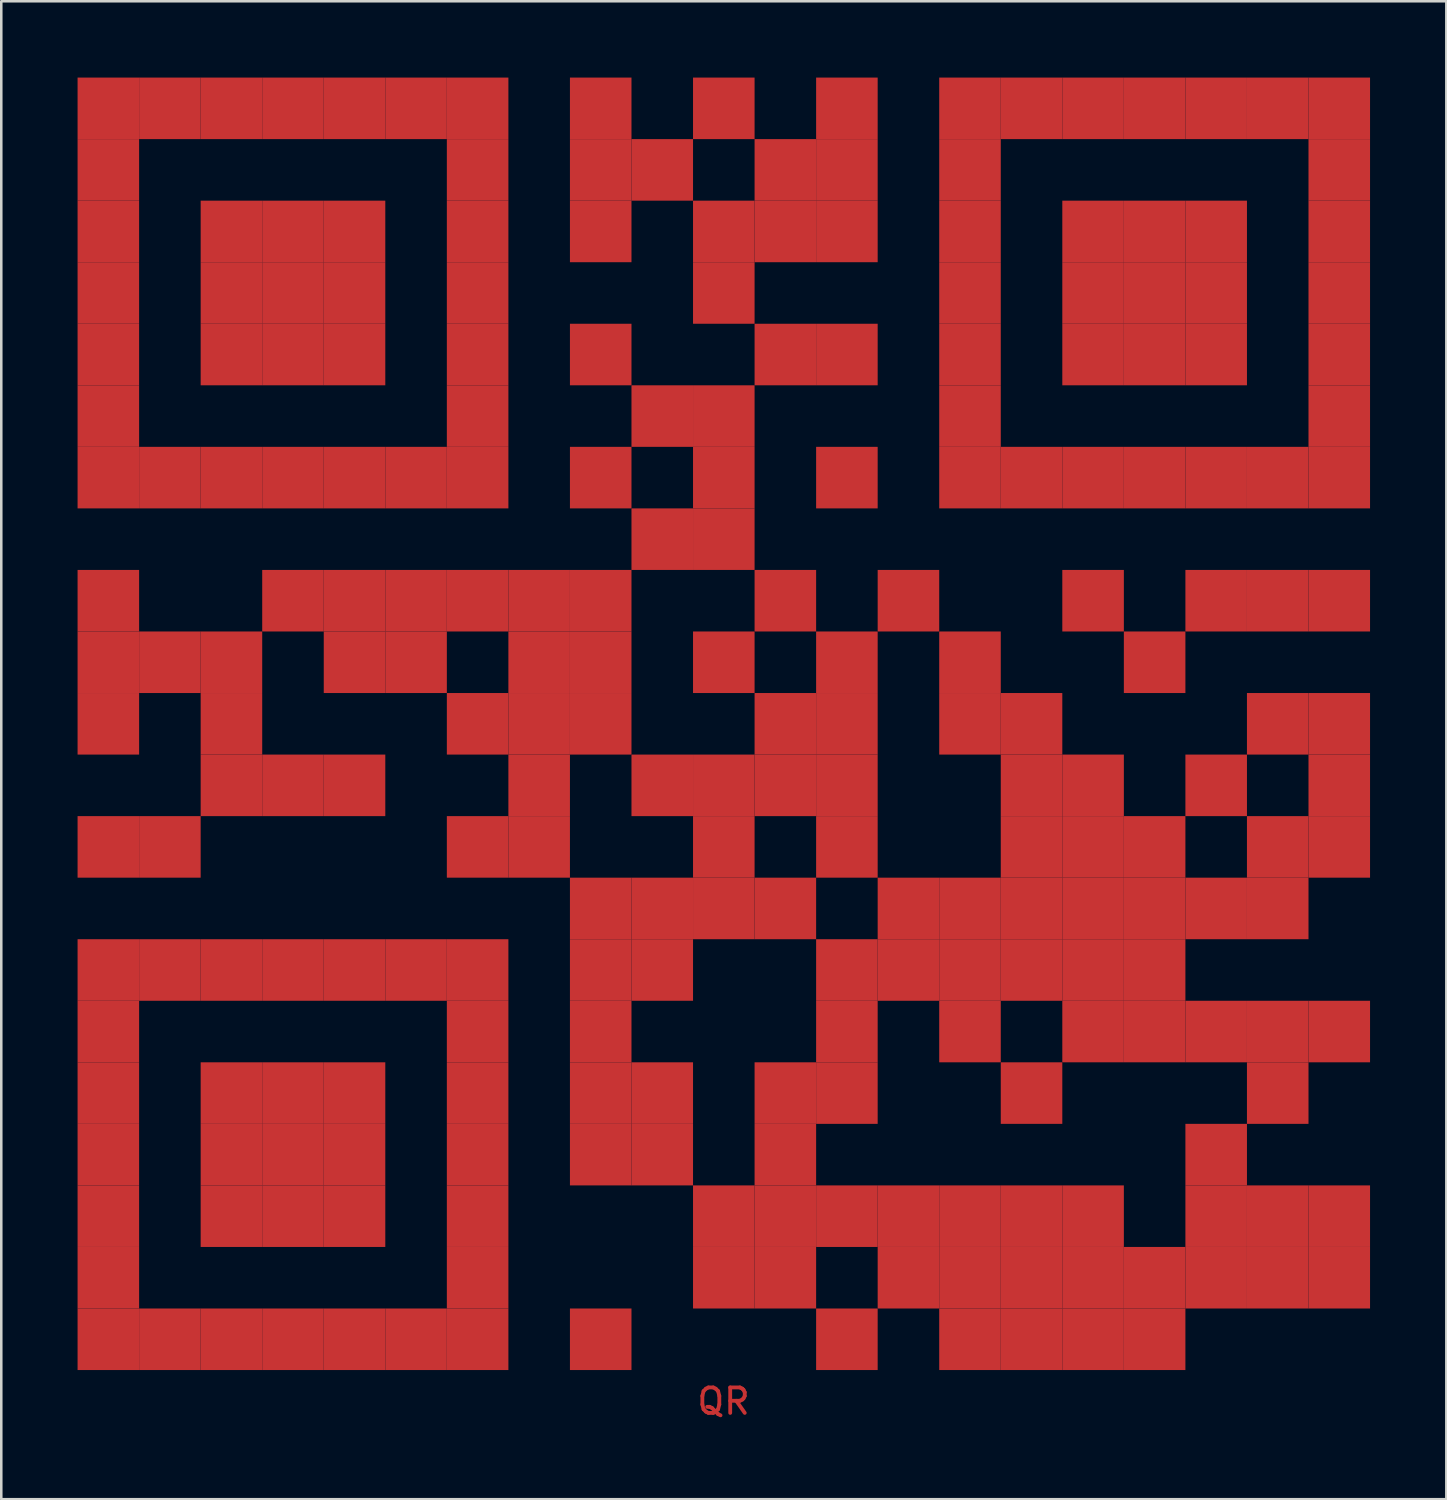
<source format=kicad_pcb>
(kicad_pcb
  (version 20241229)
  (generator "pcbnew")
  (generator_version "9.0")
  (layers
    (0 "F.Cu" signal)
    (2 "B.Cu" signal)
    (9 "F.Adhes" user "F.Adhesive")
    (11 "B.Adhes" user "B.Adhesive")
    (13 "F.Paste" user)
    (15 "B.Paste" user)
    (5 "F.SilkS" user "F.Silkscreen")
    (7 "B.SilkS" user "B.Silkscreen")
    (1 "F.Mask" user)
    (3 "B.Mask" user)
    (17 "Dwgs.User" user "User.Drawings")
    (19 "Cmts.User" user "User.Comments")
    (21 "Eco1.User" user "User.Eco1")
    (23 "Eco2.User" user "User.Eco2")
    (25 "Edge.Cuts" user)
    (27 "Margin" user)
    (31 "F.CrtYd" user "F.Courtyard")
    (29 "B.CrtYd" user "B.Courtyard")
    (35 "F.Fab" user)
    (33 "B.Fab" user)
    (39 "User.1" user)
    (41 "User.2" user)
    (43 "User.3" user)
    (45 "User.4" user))
  (footprint "QR"
    (layer "F.Cu")
    (at 25.4 25.4)
    (property "Reference" "QR" (at 0 26.65 0) (layer "F.Cu") (effects (font (size 1 1) (thickness 0.15))))
    (attr through_hole)
    (fp_poly (pts (xy -25.4 -25.4) (xy -25.4 -22.98) (xy -22.98 -22.98) (xy -22.98 -25.4)) (stroke (width 0) (type solid)) (fill yes) (layer "F.Cu"))
    (fp_poly (pts (xy -25.4 -22.98) (xy -25.4 -20.56) (xy -22.98 -20.56) (xy -22.98 -22.98)) (stroke (width 0) (type solid)) (fill yes) (layer "F.Cu"))
    (fp_poly (pts (xy -25.4 -20.56) (xy -25.4 -18.14) (xy -22.98 -18.14) (xy -22.98 -20.56)) (stroke (width 0) (type solid)) (fill yes) (layer "F.Cu"))
    (fp_poly (pts (xy -25.4 -18.14) (xy -25.4 -15.72) (xy -22.98 -15.72) (xy -22.98 -18.14)) (stroke (width 0) (type solid)) (fill yes) (layer "F.Cu"))
    (fp_poly (pts (xy -25.4 -15.72) (xy -25.4 -13.3) (xy -22.98 -13.3) (xy -22.98 -15.72)) (stroke (width 0) (type solid)) (fill yes) (layer "F.Cu"))
    (fp_poly (pts (xy -25.4 -13.3) (xy -25.4 -10.88) (xy -22.98 -10.88) (xy -22.98 -13.3)) (stroke (width 0) (type solid)) (fill yes) (layer "F.Cu"))
    (fp_poly (pts (xy -25.4 -10.88) (xy -25.4 -8.46) (xy -22.98 -8.46) (xy -22.98 -10.88)) (stroke (width 0) (type solid)) (fill yes) (layer "F.Cu"))
    (fp_poly (pts (xy -25.4 -6.04) (xy -25.4 -3.62) (xy -22.98 -3.62) (xy -22.98 -6.04)) (stroke (width 0) (type solid)) (fill yes) (layer "F.Cu"))
    (fp_poly (pts (xy -25.4 -3.62) (xy -25.4 -1.2) (xy -22.98 -1.2) (xy -22.98 -3.62)) (stroke (width 0) (type solid)) (fill yes) (layer "F.Cu"))
    (fp_poly (pts (xy -25.4 -1.2) (xy -25.4 1.22) (xy -22.98 1.22) (xy -22.98 -1.2)) (stroke (width 0) (type solid)) (fill yes) (layer "F.Cu"))
    (fp_poly (pts (xy -25.4 3.64) (xy -25.4 6.06) (xy -22.98 6.06) (xy -22.98 3.64)) (stroke (width 0) (type solid)) (fill yes) (layer "F.Cu"))
    (fp_poly (pts (xy -25.4 8.48) (xy -25.4 10.9) (xy -22.98 10.9) (xy -22.98 8.48)) (stroke (width 0) (type solid)) (fill yes) (layer "F.Cu"))
    (fp_poly (pts (xy -25.4 10.9) (xy -25.4 13.32) (xy -22.98 13.32) (xy -22.98 10.9)) (stroke (width 0) (type solid)) (fill yes) (layer "F.Cu"))
    (fp_poly (pts (xy -25.4 13.32) (xy -25.4 15.74) (xy -22.98 15.74) (xy -22.98 13.32)) (stroke (width 0) (type solid)) (fill yes) (layer "F.Cu"))
    (fp_poly (pts (xy -25.4 15.74) (xy -25.4 18.16) (xy -22.98 18.16) (xy -22.98 15.74)) (stroke (width 0) (type solid)) (fill yes) (layer "F.Cu"))
    (fp_poly (pts (xy -25.4 18.16) (xy -25.4 20.58) (xy -22.98 20.58) (xy -22.98 18.16)) (stroke (width 0) (type solid)) (fill yes) (layer "F.Cu"))
    (fp_poly (pts (xy -25.4 20.58) (xy -25.4 23) (xy -22.98 23) (xy -22.98 20.58)) (stroke (width 0) (type solid)) (fill yes) (layer "F.Cu"))
    (fp_poly (pts (xy -25.4 23) (xy -25.4 25.42) (xy -22.98 25.42) (xy -22.98 23)) (stroke (width 0) (type solid)) (fill yes) (layer "F.Cu"))
    (fp_poly (pts (xy -22.98 -25.4) (xy -22.98 -22.98) (xy -20.56 -22.98) (xy -20.56 -25.4)) (stroke (width 0) (type solid)) (fill yes) (layer "F.Cu"))
    (fp_poly (pts (xy -22.98 -10.88) (xy -22.98 -8.46) (xy -20.56 -8.46) (xy -20.56 -10.88)) (stroke (width 0) (type solid)) (fill yes) (layer "F.Cu"))
    (fp_poly (pts (xy -22.98 -3.62) (xy -22.98 -1.2) (xy -20.56 -1.2) (xy -20.56 -3.62)) (stroke (width 0) (type solid)) (fill yes) (layer "F.Cu"))
    (fp_poly (pts (xy -22.98 3.64) (xy -22.98 6.06) (xy -20.56 6.06) (xy -20.56 3.64)) (stroke (width 0) (type solid)) (fill yes) (layer "F.Cu"))
    (fp_poly (pts (xy -22.98 8.48) (xy -22.98 10.9) (xy -20.56 10.9) (xy -20.56 8.48)) (stroke (width 0) (type solid)) (fill yes) (layer "F.Cu"))
    (fp_poly (pts (xy -22.98 23) (xy -22.98 25.42) (xy -20.56 25.42) (xy -20.56 23)) (stroke (width 0) (type solid)) (fill yes) (layer "F.Cu"))
    (fp_poly (pts (xy -20.56 -25.4) (xy -20.56 -22.98) (xy -18.14 -22.98) (xy -18.14 -25.4)) (stroke (width 0) (type solid)) (fill yes) (layer "F.Cu"))
    (fp_poly (pts (xy -20.56 -20.56) (xy -20.56 -18.14) (xy -18.14 -18.14) (xy -18.14 -20.56)) (stroke (width 0) (type solid)) (fill yes) (layer "F.Cu"))
    (fp_poly (pts (xy -20.56 -18.14) (xy -20.56 -15.72) (xy -18.14 -15.72) (xy -18.14 -18.14)) (stroke (width 0) (type solid)) (fill yes) (layer "F.Cu"))
    (fp_poly (pts (xy -20.56 -15.72) (xy -20.56 -13.3) (xy -18.14 -13.3) (xy -18.14 -15.72)) (stroke (width 0) (type solid)) (fill yes) (layer "F.Cu"))
    (fp_poly (pts (xy -20.56 -10.88) (xy -20.56 -8.46) (xy -18.14 -8.46) (xy -18.14 -10.88)) (stroke (width 0) (type solid)) (fill yes) (layer "F.Cu"))
    (fp_poly (pts (xy -20.56 -3.62) (xy -20.56 -1.2) (xy -18.14 -1.2) (xy -18.14 -3.62)) (stroke (width 0) (type solid)) (fill yes) (layer "F.Cu"))
    (fp_poly (pts (xy -20.56 -1.2) (xy -20.56 1.22) (xy -18.14 1.22) (xy -18.14 -1.2)) (stroke (width 0) (type solid)) (fill yes) (layer "F.Cu"))
    (fp_poly (pts (xy -20.56 1.22) (xy -20.56 3.64) (xy -18.14 3.64) (xy -18.14 1.22)) (stroke (width 0) (type solid)) (fill yes) (layer "F.Cu"))
    (fp_poly (pts (xy -20.56 8.48) (xy -20.56 10.9) (xy -18.14 10.9) (xy -18.14 8.48)) (stroke (width 0) (type solid)) (fill yes) (layer "F.Cu"))
    (fp_poly (pts (xy -20.56 13.32) (xy -20.56 15.74) (xy -18.14 15.74) (xy -18.14 13.32)) (stroke (width 0) (type solid)) (fill yes) (layer "F.Cu"))
    (fp_poly (pts (xy -20.56 15.74) (xy -20.56 18.16) (xy -18.14 18.16) (xy -18.14 15.74)) (stroke (width 0) (type solid)) (fill yes) (layer "F.Cu"))
    (fp_poly (pts (xy -20.56 18.16) (xy -20.56 20.58) (xy -18.14 20.58) (xy -18.14 18.16)) (stroke (width 0) (type solid)) (fill yes) (layer "F.Cu"))
    (fp_poly (pts (xy -20.56 23) (xy -20.56 25.42) (xy -18.14 25.42) (xy -18.14 23)) (stroke (width 0) (type solid)) (fill yes) (layer "F.Cu"))
    (fp_poly (pts (xy -18.14 -25.4) (xy -18.14 -22.98) (xy -15.72 -22.98) (xy -15.72 -25.4)) (stroke (width 0) (type solid)) (fill yes) (layer "F.Cu"))
    (fp_poly (pts (xy -18.14 -20.56) (xy -18.14 -18.14) (xy -15.72 -18.14) (xy -15.72 -20.56)) (stroke (width 0) (type solid)) (fill yes) (layer "F.Cu"))
    (fp_poly (pts (xy -18.14 -18.14) (xy -18.14 -15.72) (xy -15.72 -15.72) (xy -15.72 -18.14)) (stroke (width 0) (type solid)) (fill yes) (layer "F.Cu"))
    (fp_poly (pts (xy -18.14 -15.72) (xy -18.14 -13.3) (xy -15.72 -13.3) (xy -15.72 -15.72)) (stroke (width 0) (type solid)) (fill yes) (layer "F.Cu"))
    (fp_poly (pts (xy -18.14 -10.88) (xy -18.14 -8.46) (xy -15.72 -8.46) (xy -15.72 -10.88)) (stroke (width 0) (type solid)) (fill yes) (layer "F.Cu"))
    (fp_poly (pts (xy -18.14 -6.04) (xy -18.14 -3.62) (xy -15.72 -3.62) (xy -15.72 -6.04)) (stroke (width 0) (type solid)) (fill yes) (layer "F.Cu"))
    (fp_poly (pts (xy -18.14 1.22) (xy -18.14 3.64) (xy -15.72 3.64) (xy -15.72 1.22)) (stroke (width 0) (type solid)) (fill yes) (layer "F.Cu"))
    (fp_poly (pts (xy -18.14 8.48) (xy -18.14 10.9) (xy -15.72 10.9) (xy -15.72 8.48)) (stroke (width 0) (type solid)) (fill yes) (layer "F.Cu"))
    (fp_poly (pts (xy -18.14 13.32) (xy -18.14 15.74) (xy -15.72 15.74) (xy -15.72 13.32)) (stroke (width 0) (type solid)) (fill yes) (layer "F.Cu"))
    (fp_poly (pts (xy -18.14 15.74) (xy -18.14 18.16) (xy -15.72 18.16) (xy -15.72 15.74)) (stroke (width 0) (type solid)) (fill yes) (layer "F.Cu"))
    (fp_poly (pts (xy -18.14 18.16) (xy -18.14 20.58) (xy -15.72 20.58) (xy -15.72 18.16)) (stroke (width 0) (type solid)) (fill yes) (layer "F.Cu"))
    (fp_poly (pts (xy -18.14 23) (xy -18.14 25.42) (xy -15.72 25.42) (xy -15.72 23)) (stroke (width 0) (type solid)) (fill yes) (layer "F.Cu"))
    (fp_poly (pts (xy -15.72 -25.4) (xy -15.72 -22.98) (xy -13.3 -22.98) (xy -13.3 -25.4)) (stroke (width 0) (type solid)) (fill yes) (layer "F.Cu"))
    (fp_poly (pts (xy -15.72 -20.56) (xy -15.72 -18.14) (xy -13.3 -18.14) (xy -13.3 -20.56)) (stroke (width 0) (type solid)) (fill yes) (layer "F.Cu"))
    (fp_poly (pts (xy -15.72 -18.14) (xy -15.72 -15.72) (xy -13.3 -15.72) (xy -13.3 -18.14)) (stroke (width 0) (type solid)) (fill yes) (layer "F.Cu"))
    (fp_poly (pts (xy -15.72 -15.72) (xy -15.72 -13.3) (xy -13.3 -13.3) (xy -13.3 -15.72)) (stroke (width 0) (type solid)) (fill yes) (layer "F.Cu"))
    (fp_poly (pts (xy -15.72 -10.88) (xy -15.72 -8.46) (xy -13.3 -8.46) (xy -13.3 -10.88)) (stroke (width 0) (type solid)) (fill yes) (layer "F.Cu"))
    (fp_poly (pts (xy -15.72 -6.04) (xy -15.72 -3.62) (xy -13.3 -3.62) (xy -13.3 -6.04)) (stroke (width 0) (type solid)) (fill yes) (layer "F.Cu"))
    (fp_poly (pts (xy -15.72 -3.62) (xy -15.72 -1.2) (xy -13.3 -1.2) (xy -13.3 -3.62)) (stroke (width 0) (type solid)) (fill yes) (layer "F.Cu"))
    (fp_poly (pts (xy -15.72 1.22) (xy -15.72 3.64) (xy -13.3 3.64) (xy -13.3 1.22)) (stroke (width 0) (type solid)) (fill yes) (layer "F.Cu"))
    (fp_poly (pts (xy -15.72 8.48) (xy -15.72 10.9) (xy -13.3 10.9) (xy -13.3 8.48)) (stroke (width 0) (type solid)) (fill yes) (layer "F.Cu"))
    (fp_poly (pts (xy -15.72 13.32) (xy -15.72 15.74) (xy -13.3 15.74) (xy -13.3 13.32)) (stroke (width 0) (type solid)) (fill yes) (layer "F.Cu"))
    (fp_poly (pts (xy -15.72 15.74) (xy -15.72 18.16) (xy -13.3 18.16) (xy -13.3 15.74)) (stroke (width 0) (type solid)) (fill yes) (layer "F.Cu"))
    (fp_poly (pts (xy -15.72 18.16) (xy -15.72 20.58) (xy -13.3 20.58) (xy -13.3 18.16)) (stroke (width 0) (type solid)) (fill yes) (layer "F.Cu"))
    (fp_poly (pts (xy -15.72 23) (xy -15.72 25.42) (xy -13.3 25.42) (xy -13.3 23)) (stroke (width 0) (type solid)) (fill yes) (layer "F.Cu"))
    (fp_poly (pts (xy -13.3 -25.4) (xy -13.3 -22.98) (xy -10.88 -22.98) (xy -10.88 -25.4)) (stroke (width 0) (type solid)) (fill yes) (layer "F.Cu"))
    (fp_poly (pts (xy -13.3 -10.88) (xy -13.3 -8.46) (xy -10.88 -8.46) (xy -10.88 -10.88)) (stroke (width 0) (type solid)) (fill yes) (layer "F.Cu"))
    (fp_poly (pts (xy -13.3 -6.04) (xy -13.3 -3.62) (xy -10.88 -3.62) (xy -10.88 -6.04)) (stroke (width 0) (type solid)) (fill yes) (layer "F.Cu"))
    (fp_poly (pts (xy -13.3 -3.62) (xy -13.3 -1.2) (xy -10.88 -1.2) (xy -10.88 -3.62)) (stroke (width 0) (type solid)) (fill yes) (layer "F.Cu"))
    (fp_poly (pts (xy -13.3 8.48) (xy -13.3 10.9) (xy -10.88 10.9) (xy -10.88 8.48)) (stroke (width 0) (type solid)) (fill yes) (layer "F.Cu"))
    (fp_poly (pts (xy -13.3 23) (xy -13.3 25.42) (xy -10.88 25.42) (xy -10.88 23)) (stroke (width 0) (type solid)) (fill yes) (layer "F.Cu"))
    (fp_poly (pts (xy -10.88 -25.4) (xy -10.88 -22.98) (xy -8.46 -22.98) (xy -8.46 -25.4)) (stroke (width 0) (type solid)) (fill yes) (layer "F.Cu"))
    (fp_poly (pts (xy -10.88 -22.98) (xy -10.88 -20.56) (xy -8.46 -20.56) (xy -8.46 -22.98)) (stroke (width 0) (type solid)) (fill yes) (layer "F.Cu"))
    (fp_poly (pts (xy -10.88 -20.56) (xy -10.88 -18.14) (xy -8.46 -18.14) (xy -8.46 -20.56)) (stroke (width 0) (type solid)) (fill yes) (layer "F.Cu"))
    (fp_poly (pts (xy -10.88 -18.14) (xy -10.88 -15.72) (xy -8.46 -15.72) (xy -8.46 -18.14)) (stroke (width 0) (type solid)) (fill yes) (layer "F.Cu"))
    (fp_poly (pts (xy -10.88 -15.72) (xy -10.88 -13.3) (xy -8.46 -13.3) (xy -8.46 -15.72)) (stroke (width 0) (type solid)) (fill yes) (layer "F.Cu"))
    (fp_poly (pts (xy -10.88 -13.3) (xy -10.88 -10.88) (xy -8.46 -10.88) (xy -8.46 -13.3)) (stroke (width 0) (type solid)) (fill yes) (layer "F.Cu"))
    (fp_poly (pts (xy -10.88 -10.88) (xy -10.88 -8.46) (xy -8.46 -8.46) (xy -8.46 -10.88)) (stroke (width 0) (type solid)) (fill yes) (layer "F.Cu"))
    (fp_poly (pts (xy -10.88 -6.04) (xy -10.88 -3.62) (xy -8.46 -3.62) (xy -8.46 -6.04)) (stroke (width 0) (type solid)) (fill yes) (layer "F.Cu"))
    (fp_poly (pts (xy -10.88 -1.2) (xy -10.88 1.22) (xy -8.46 1.22) (xy -8.46 -1.2)) (stroke (width 0) (type solid)) (fill yes) (layer "F.Cu"))
    (fp_poly (pts (xy -10.88 3.64) (xy -10.88 6.06) (xy -8.46 6.06) (xy -8.46 3.64)) (stroke (width 0) (type solid)) (fill yes) (layer "F.Cu"))
    (fp_poly (pts (xy -10.88 8.48) (xy -10.88 10.9) (xy -8.46 10.9) (xy -8.46 8.48)) (stroke (width 0) (type solid)) (fill yes) (layer "F.Cu"))
    (fp_poly (pts (xy -10.88 10.9) (xy -10.88 13.32) (xy -8.46 13.32) (xy -8.46 10.9)) (stroke (width 0) (type solid)) (fill yes) (layer "F.Cu"))
    (fp_poly (pts (xy -10.88 13.32) (xy -10.88 15.74) (xy -8.46 15.74) (xy -8.46 13.32)) (stroke (width 0) (type solid)) (fill yes) (layer "F.Cu"))
    (fp_poly (pts (xy -10.88 15.74) (xy -10.88 18.16) (xy -8.46 18.16) (xy -8.46 15.74)) (stroke (width 0) (type solid)) (fill yes) (layer "F.Cu"))
    (fp_poly (pts (xy -10.88 18.16) (xy -10.88 20.58) (xy -8.46 20.58) (xy -8.46 18.16)) (stroke (width 0) (type solid)) (fill yes) (layer "F.Cu"))
    (fp_poly (pts (xy -10.88 20.58) (xy -10.88 23) (xy -8.46 23) (xy -8.46 20.58)) (stroke (width 0) (type solid)) (fill yes) (layer "F.Cu"))
    (fp_poly (pts (xy -10.88 23) (xy -10.88 25.42) (xy -8.46 25.42) (xy -8.46 23)) (stroke (width 0) (type solid)) (fill yes) (layer "F.Cu"))
    (fp_poly (pts (xy -8.46 -6.04) (xy -8.46 -3.62) (xy -6.04 -3.62) (xy -6.04 -6.04)) (stroke (width 0) (type solid)) (fill yes) (layer "F.Cu"))
    (fp_poly (pts (xy -8.46 -3.62) (xy -8.46 -1.2) (xy -6.04 -1.2) (xy -6.04 -3.62)) (stroke (width 0) (type solid)) (fill yes) (layer "F.Cu"))
    (fp_poly (pts (xy -8.46 -1.2) (xy -8.46 1.22) (xy -6.04 1.22) (xy -6.04 -1.2)) (stroke (width 0) (type solid)) (fill yes) (layer "F.Cu"))
    (fp_poly (pts (xy -8.46 1.22) (xy -8.46 3.64) (xy -6.04 3.64) (xy -6.04 1.22)) (stroke (width 0) (type solid)) (fill yes) (layer "F.Cu"))
    (fp_poly (pts (xy -8.46 3.64) (xy -8.46 6.06) (xy -6.04 6.06) (xy -6.04 3.64)) (stroke (width 0) (type solid)) (fill yes) (layer "F.Cu"))
    (fp_poly (pts (xy -6.04 -25.4) (xy -6.04 -22.98) (xy -3.62 -22.98) (xy -3.62 -25.4)) (stroke (width 0) (type solid)) (fill yes) (layer "F.Cu"))
    (fp_poly (pts (xy -6.04 -22.98) (xy -6.04 -20.56) (xy -3.62 -20.56) (xy -3.62 -22.98)) (stroke (width 0) (type solid)) (fill yes) (layer "F.Cu"))
    (fp_poly (pts (xy -6.04 -20.56) (xy -6.04 -18.14) (xy -3.62 -18.14) (xy -3.62 -20.56)) (stroke (width 0) (type solid)) (fill yes) (layer "F.Cu"))
    (fp_poly (pts (xy -6.04 -15.72) (xy -6.04 -13.3) (xy -3.62 -13.3) (xy -3.62 -15.72)) (stroke (width 0) (type solid)) (fill yes) (layer "F.Cu"))
    (fp_poly (pts (xy -6.04 -10.88) (xy -6.04 -8.46) (xy -3.62 -8.46) (xy -3.62 -10.88)) (stroke (width 0) (type solid)) (fill yes) (layer "F.Cu"))
    (fp_poly (pts (xy -6.04 -6.04) (xy -6.04 -3.62) (xy -3.62 -3.62) (xy -3.62 -6.04)) (stroke (width 0) (type solid)) (fill yes) (layer "F.Cu"))
    (fp_poly (pts (xy -6.04 -3.62) (xy -6.04 -1.2) (xy -3.62 -1.2) (xy -3.62 -3.62)) (stroke (width 0) (type solid)) (fill yes) (layer "F.Cu"))
    (fp_poly (pts (xy -6.04 -1.2) (xy -6.04 1.22) (xy -3.62 1.22) (xy -3.62 -1.2)) (stroke (width 0) (type solid)) (fill yes) (layer "F.Cu"))
    (fp_poly (pts (xy -6.04 6.06) (xy -6.04 8.48) (xy -3.62 8.48) (xy -3.62 6.06)) (stroke (width 0) (type solid)) (fill yes) (layer "F.Cu"))
    (fp_poly (pts (xy -6.04 8.48) (xy -6.04 10.9) (xy -3.62 10.9) (xy -3.62 8.48)) (stroke (width 0) (type solid)) (fill yes) (layer "F.Cu"))
    (fp_poly (pts (xy -6.04 10.9) (xy -6.04 13.32) (xy -3.62 13.32) (xy -3.62 10.9)) (stroke (width 0) (type solid)) (fill yes) (layer "F.Cu"))
    (fp_poly (pts (xy -6.04 13.32) (xy -6.04 15.74) (xy -3.62 15.74) (xy -3.62 13.32)) (stroke (width 0) (type solid)) (fill yes) (layer "F.Cu"))
    (fp_poly (pts (xy -6.04 15.74) (xy -6.04 18.16) (xy -3.62 18.16) (xy -3.62 15.74)) (stroke (width 0) (type solid)) (fill yes) (layer "F.Cu"))
    (fp_poly (pts (xy -6.04 23) (xy -6.04 25.42) (xy -3.62 25.42) (xy -3.62 23)) (stroke (width 0) (type solid)) (fill yes) (layer "F.Cu"))
    (fp_poly (pts (xy -3.62 -22.98) (xy -3.62 -20.56) (xy -1.2 -20.56) (xy -1.2 -22.98)) (stroke (width 0) (type solid)) (fill yes) (layer "F.Cu"))
    (fp_poly (pts (xy -3.62 -13.3) (xy -3.62 -10.88) (xy -1.2 -10.88) (xy -1.2 -13.3)) (stroke (width 0) (type solid)) (fill yes) (layer "F.Cu"))
    (fp_poly (pts (xy -3.62 -8.46) (xy -3.62 -6.04) (xy -1.2 -6.04) (xy -1.2 -8.46)) (stroke (width 0) (type solid)) (fill yes) (layer "F.Cu"))
    (fp_poly (pts (xy -3.62 1.22) (xy -3.62 3.64) (xy -1.2 3.64) (xy -1.2 1.22)) (stroke (width 0) (type solid)) (fill yes) (layer "F.Cu"))
    (fp_poly (pts (xy -3.62 6.06) (xy -3.62 8.48) (xy -1.2 8.48) (xy -1.2 6.06)) (stroke (width 0) (type solid)) (fill yes) (layer "F.Cu"))
    (fp_poly (pts (xy -3.62 8.48) (xy -3.62 10.9) (xy -1.2 10.9) (xy -1.2 8.48)) (stroke (width 0) (type solid)) (fill yes) (layer "F.Cu"))
    (fp_poly (pts (xy -3.62 13.32) (xy -3.62 15.74) (xy -1.2 15.74) (xy -1.2 13.32)) (stroke (width 0) (type solid)) (fill yes) (layer "F.Cu"))
    (fp_poly (pts (xy -3.62 15.74) (xy -3.62 18.16) (xy -1.2 18.16) (xy -1.2 15.74)) (stroke (width 0) (type solid)) (fill yes) (layer "F.Cu"))
    (fp_poly (pts (xy -1.2 -25.4) (xy -1.2 -22.98) (xy 1.22 -22.98) (xy 1.22 -25.4)) (stroke (width 0) (type solid)) (fill yes) (layer "F.Cu"))
    (fp_poly (pts (xy -1.2 -20.56) (xy -1.2 -18.14) (xy 1.22 -18.14) (xy 1.22 -20.56)) (stroke (width 0) (type solid)) (fill yes) (layer "F.Cu"))
    (fp_poly (pts (xy -1.2 -18.14) (xy -1.2 -15.72) (xy 1.22 -15.72) (xy 1.22 -18.14)) (stroke (width 0) (type solid)) (fill yes) (layer "F.Cu"))
    (fp_poly (pts (xy -1.2 -13.3) (xy -1.2 -10.88) (xy 1.22 -10.88) (xy 1.22 -13.3)) (stroke (width 0) (type solid)) (fill yes) (layer "F.Cu"))
    (fp_poly (pts (xy -1.2 -10.88) (xy -1.2 -8.46) (xy 1.22 -8.46) (xy 1.22 -10.88)) (stroke (width 0) (type solid)) (fill yes) (layer "F.Cu"))
    (fp_poly (pts (xy -1.2 -8.46) (xy -1.2 -6.04) (xy 1.22 -6.04) (xy 1.22 -8.46)) (stroke (width 0) (type solid)) (fill yes) (layer "F.Cu"))
    (fp_poly (pts (xy -1.2 -3.62) (xy -1.2 -1.2) (xy 1.22 -1.2) (xy 1.22 -3.62)) (stroke (width 0) (type solid)) (fill yes) (layer "F.Cu"))
    (fp_poly (pts (xy -1.2 1.22) (xy -1.2 3.64) (xy 1.22 3.64) (xy 1.22 1.22)) (stroke (width 0) (type solid)) (fill yes) (layer "F.Cu"))
    (fp_poly (pts (xy -1.2 3.64) (xy -1.2 6.06) (xy 1.22 6.06) (xy 1.22 3.64)) (stroke (width 0) (type solid)) (fill yes) (layer "F.Cu"))
    (fp_poly (pts (xy -1.2 6.06) (xy -1.2 8.48) (xy 1.22 8.48) (xy 1.22 6.06)) (stroke (width 0) (type solid)) (fill yes) (layer "F.Cu"))
    (fp_poly (pts (xy -1.2 18.16) (xy -1.2 20.58) (xy 1.22 20.58) (xy 1.22 18.16)) (stroke (width 0) (type solid)) (fill yes) (layer "F.Cu"))
    (fp_poly (pts (xy -1.2 20.58) (xy -1.2 23) (xy 1.22 23) (xy 1.22 20.58)) (stroke (width 0) (type solid)) (fill yes) (layer "F.Cu"))
    (fp_poly (pts (xy 1.22 -22.98) (xy 1.22 -20.56) (xy 3.64 -20.56) (xy 3.64 -22.98)) (stroke (width 0) (type solid)) (fill yes) (layer "F.Cu"))
    (fp_poly (pts (xy 1.22 -20.56) (xy 1.22 -18.14) (xy 3.64 -18.14) (xy 3.64 -20.56)) (stroke (width 0) (type solid)) (fill yes) (layer "F.Cu"))
    (fp_poly (pts (xy 1.22 -15.72) (xy 1.22 -13.3) (xy 3.64 -13.3) (xy 3.64 -15.72)) (stroke (width 0) (type solid)) (fill yes) (layer "F.Cu"))
    (fp_poly (pts (xy 1.22 -6.04) (xy 1.22 -3.62) (xy 3.64 -3.62) (xy 3.64 -6.04)) (stroke (width 0) (type solid)) (fill yes) (layer "F.Cu"))
    (fp_poly (pts (xy 1.22 -1.2) (xy 1.22 1.22) (xy 3.64 1.22) (xy 3.64 -1.2)) (stroke (width 0) (type solid)) (fill yes) (layer "F.Cu"))
    (fp_poly (pts (xy 1.22 1.22) (xy 1.22 3.64) (xy 3.64 3.64) (xy 3.64 1.22)) (stroke (width 0) (type solid)) (fill yes) (layer "F.Cu"))
    (fp_poly (pts (xy 1.22 6.06) (xy 1.22 8.48) (xy 3.64 8.48) (xy 3.64 6.06)) (stroke (width 0) (type solid)) (fill yes) (layer "F.Cu"))
    (fp_poly (pts (xy 1.22 13.32) (xy 1.22 15.74) (xy 3.64 15.74) (xy 3.64 13.32)) (stroke (width 0) (type solid)) (fill yes) (layer "F.Cu"))
    (fp_poly (pts (xy 1.22 15.74) (xy 1.22 18.16) (xy 3.64 18.16) (xy 3.64 15.74)) (stroke (width 0) (type solid)) (fill yes) (layer "F.Cu"))
    (fp_poly (pts (xy 1.22 18.16) (xy 1.22 20.58) (xy 3.64 20.58) (xy 3.64 18.16)) (stroke (width 0) (type solid)) (fill yes) (layer "F.Cu"))
    (fp_poly (pts (xy 1.22 20.58) (xy 1.22 23) (xy 3.64 23) (xy 3.64 20.58)) (stroke (width 0) (type solid)) (fill yes) (layer "F.Cu"))
    (fp_poly (pts (xy 3.64 -25.4) (xy 3.64 -22.98) (xy 6.06 -22.98) (xy 6.06 -25.4)) (stroke (width 0) (type solid)) (fill yes) (layer "F.Cu"))
    (fp_poly (pts (xy 3.64 -22.98) (xy 3.64 -20.56) (xy 6.06 -20.56) (xy 6.06 -22.98)) (stroke (width 0) (type solid)) (fill yes) (layer "F.Cu"))
    (fp_poly (pts (xy 3.64 -20.56) (xy 3.64 -18.14) (xy 6.06 -18.14) (xy 6.06 -20.56)) (stroke (width 0) (type solid)) (fill yes) (layer "F.Cu"))
    (fp_poly (pts (xy 3.64 -15.72) (xy 3.64 -13.3) (xy 6.06 -13.3) (xy 6.06 -15.72)) (stroke (width 0) (type solid)) (fill yes) (layer "F.Cu"))
    (fp_poly (pts (xy 3.64 -10.88) (xy 3.64 -8.46) (xy 6.06 -8.46) (xy 6.06 -10.88)) (stroke (width 0) (type solid)) (fill yes) (layer "F.Cu"))
    (fp_poly (pts (xy 3.64 -3.62) (xy 3.64 -1.2) (xy 6.06 -1.2) (xy 6.06 -3.62)) (stroke (width 0) (type solid)) (fill yes) (layer "F.Cu"))
    (fp_poly (pts (xy 3.64 -1.2) (xy 3.64 1.22) (xy 6.06 1.22) (xy 6.06 -1.2)) (stroke (width 0) (type solid)) (fill yes) (layer "F.Cu"))
    (fp_poly (pts (xy 3.64 1.22) (xy 3.64 3.64) (xy 6.06 3.64) (xy 6.06 1.22)) (stroke (width 0) (type solid)) (fill yes) (layer "F.Cu"))
    (fp_poly (pts (xy 3.64 3.64) (xy 3.64 6.06) (xy 6.06 6.06) (xy 6.06 3.64)) (stroke (width 0) (type solid)) (fill yes) (layer "F.Cu"))
    (fp_poly (pts (xy 3.64 8.48) (xy 3.64 10.9) (xy 6.06 10.9) (xy 6.06 8.48)) (stroke (width 0) (type solid)) (fill yes) (layer "F.Cu"))
    (fp_poly (pts (xy 3.64 10.9) (xy 3.64 13.32) (xy 6.06 13.32) (xy 6.06 10.9)) (stroke (width 0) (type solid)) (fill yes) (layer "F.Cu"))
    (fp_poly (pts (xy 3.64 13.32) (xy 3.64 15.74) (xy 6.06 15.74) (xy 6.06 13.32)) (stroke (width 0) (type solid)) (fill yes) (layer "F.Cu"))
    (fp_poly (pts (xy 3.64 18.16) (xy 3.64 20.58) (xy 6.06 20.58) (xy 6.06 18.16)) (stroke (width 0) (type solid)) (fill yes) (layer "F.Cu"))
    (fp_poly (pts (xy 3.64 23) (xy 3.64 25.42) (xy 6.06 25.42) (xy 6.06 23)) (stroke (width 0) (type solid)) (fill yes) (layer "F.Cu"))
    (fp_poly (pts (xy 6.06 -6.04) (xy 6.06 -3.62) (xy 8.48 -3.62) (xy 8.48 -6.04)) (stroke (width 0) (type solid)) (fill yes) (layer "F.Cu"))
    (fp_poly (pts (xy 6.06 6.06) (xy 6.06 8.48) (xy 8.48 8.48) (xy 8.48 6.06)) (stroke (width 0) (type solid)) (fill yes) (layer "F.Cu"))
    (fp_poly (pts (xy 6.06 8.48) (xy 6.06 10.9) (xy 8.48 10.9) (xy 8.48 8.48)) (stroke (width 0) (type solid)) (fill yes) (layer "F.Cu"))
    (fp_poly (pts (xy 6.06 18.16) (xy 6.06 20.58) (xy 8.48 20.58) (xy 8.48 18.16)) (stroke (width 0) (type solid)) (fill yes) (layer "F.Cu"))
    (fp_poly (pts (xy 6.06 20.58) (xy 6.06 23) (xy 8.48 23) (xy 8.48 20.58)) (stroke (width 0) (type solid)) (fill yes) (layer "F.Cu"))
    (fp_poly (pts (xy 8.48 -25.4) (xy 8.48 -22.98) (xy 10.9 -22.98) (xy 10.9 -25.4)) (stroke (width 0) (type solid)) (fill yes) (layer "F.Cu"))
    (fp_poly (pts (xy 8.48 -22.98) (xy 8.48 -20.56) (xy 10.9 -20.56) (xy 10.9 -22.98)) (stroke (width 0) (type solid)) (fill yes) (layer "F.Cu"))
    (fp_poly (pts (xy 8.48 -20.56) (xy 8.48 -18.14) (xy 10.9 -18.14) (xy 10.9 -20.56)) (stroke (width 0) (type solid)) (fill yes) (layer "F.Cu"))
    (fp_poly (pts (xy 8.48 -18.14) (xy 8.48 -15.72) (xy 10.9 -15.72) (xy 10.9 -18.14)) (stroke (width 0) (type solid)) (fill yes) (layer "F.Cu"))
    (fp_poly (pts (xy 8.48 -15.72) (xy 8.48 -13.3) (xy 10.9 -13.3) (xy 10.9 -15.72)) (stroke (width 0) (type solid)) (fill yes) (layer "F.Cu"))
    (fp_poly (pts (xy 8.48 -13.3) (xy 8.48 -10.88) (xy 10.9 -10.88) (xy 10.9 -13.3)) (stroke (width 0) (type solid)) (fill yes) (layer "F.Cu"))
    (fp_poly (pts (xy 8.48 -10.88) (xy 8.48 -8.46) (xy 10.9 -8.46) (xy 10.9 -10.88)) (stroke (width 0) (type solid)) (fill yes) (layer "F.Cu"))
    (fp_poly (pts (xy 8.48 -3.62) (xy 8.48 -1.2) (xy 10.9 -1.2) (xy 10.9 -3.62)) (stroke (width 0) (type solid)) (fill yes) (layer "F.Cu"))
    (fp_poly (pts (xy 8.48 -1.2) (xy 8.48 1.22) (xy 10.9 1.22) (xy 10.9 -1.2)) (stroke (width 0) (type solid)) (fill yes) (layer "F.Cu"))
    (fp_poly (pts (xy 8.48 6.06) (xy 8.48 8.48) (xy 10.9 8.48) (xy 10.9 6.06)) (stroke (width 0) (type solid)) (fill yes) (layer "F.Cu"))
    (fp_poly (pts (xy 8.48 8.48) (xy 8.48 10.9) (xy 10.9 10.9) (xy 10.9 8.48)) (stroke (width 0) (type solid)) (fill yes) (layer "F.Cu"))
    (fp_poly (pts (xy 8.48 10.9) (xy 8.48 13.32) (xy 10.9 13.32) (xy 10.9 10.9)) (stroke (width 0) (type solid)) (fill yes) (layer "F.Cu"))
    (fp_poly (pts (xy 8.48 18.16) (xy 8.48 20.58) (xy 10.9 20.58) (xy 10.9 18.16)) (stroke (width 0) (type solid)) (fill yes) (layer "F.Cu"))
    (fp_poly (pts (xy 8.48 20.58) (xy 8.48 23) (xy 10.9 23) (xy 10.9 20.58)) (stroke (width 0) (type solid)) (fill yes) (layer "F.Cu"))
    (fp_poly (pts (xy 8.48 23) (xy 8.48 25.42) (xy 10.9 25.42) (xy 10.9 23)) (stroke (width 0) (type solid)) (fill yes) (layer "F.Cu"))
    (fp_poly (pts (xy 10.9 -25.4) (xy 10.9 -22.98) (xy 13.32 -22.98) (xy 13.32 -25.4)) (stroke (width 0) (type solid)) (fill yes) (layer "F.Cu"))
    (fp_poly (pts (xy 10.9 -10.88) (xy 10.9 -8.46) (xy 13.32 -8.46) (xy 13.32 -10.88)) (stroke (width 0) (type solid)) (fill yes) (layer "F.Cu"))
    (fp_poly (pts (xy 10.9 -1.2) (xy 10.9 1.22) (xy 13.32 1.22) (xy 13.32 -1.2)) (stroke (width 0) (type solid)) (fill yes) (layer "F.Cu"))
    (fp_poly (pts (xy 10.9 1.22) (xy 10.9 3.64) (xy 13.32 3.64) (xy 13.32 1.22)) (stroke (width 0) (type solid)) (fill yes) (layer "F.Cu"))
    (fp_poly (pts (xy 10.9 3.64) (xy 10.9 6.06) (xy 13.32 6.06) (xy 13.32 3.64)) (stroke (width 0) (type solid)) (fill yes) (layer "F.Cu"))
    (fp_poly (pts (xy 10.9 6.06) (xy 10.9 8.48) (xy 13.32 8.48) (xy 13.32 6.06)) (stroke (width 0) (type solid)) (fill yes) (layer "F.Cu"))
    (fp_poly (pts (xy 10.9 8.48) (xy 10.9 10.9) (xy 13.32 10.9) (xy 13.32 8.48)) (stroke (width 0) (type solid)) (fill yes) (layer "F.Cu"))
    (fp_poly (pts (xy 10.9 13.32) (xy 10.9 15.74) (xy 13.32 15.74) (xy 13.32 13.32)) (stroke (width 0) (type solid)) (fill yes) (layer "F.Cu"))
    (fp_poly (pts (xy 10.9 18.16) (xy 10.9 20.58) (xy 13.32 20.58) (xy 13.32 18.16)) (stroke (width 0) (type solid)) (fill yes) (layer "F.Cu"))
    (fp_poly (pts (xy 10.9 20.58) (xy 10.9 23) (xy 13.32 23) (xy 13.32 20.58)) (stroke (width 0) (type solid)) (fill yes) (layer "F.Cu"))
    (fp_poly (pts (xy 10.9 23) (xy 10.9 25.42) (xy 13.32 25.42) (xy 13.32 23)) (stroke (width 0) (type solid)) (fill yes) (layer "F.Cu"))
    (fp_poly (pts (xy 13.32 -25.4) (xy 13.32 -22.98) (xy 15.74 -22.98) (xy 15.74 -25.4)) (stroke (width 0) (type solid)) (fill yes) (layer "F.Cu"))
    (fp_poly (pts (xy 13.32 -20.56) (xy 13.32 -18.14) (xy 15.74 -18.14) (xy 15.74 -20.56)) (stroke (width 0) (type solid)) (fill yes) (layer "F.Cu"))
    (fp_poly (pts (xy 13.32 -18.14) (xy 13.32 -15.72) (xy 15.74 -15.72) (xy 15.74 -18.14)) (stroke (width 0) (type solid)) (fill yes) (layer "F.Cu"))
    (fp_poly (pts (xy 13.32 -15.72) (xy 13.32 -13.3) (xy 15.74 -13.3) (xy 15.74 -15.72)) (stroke (width 0) (type solid)) (fill yes) (layer "F.Cu"))
    (fp_poly (pts (xy 13.32 -10.88) (xy 13.32 -8.46) (xy 15.74 -8.46) (xy 15.74 -10.88)) (stroke (width 0) (type solid)) (fill yes) (layer "F.Cu"))
    (fp_poly (pts (xy 13.32 -6.04) (xy 13.32 -3.62) (xy 15.74 -3.62) (xy 15.74 -6.04)) (stroke (width 0) (type solid)) (fill yes) (layer "F.Cu"))
    (fp_poly (pts (xy 13.32 1.22) (xy 13.32 3.64) (xy 15.74 3.64) (xy 15.74 1.22)) (stroke (width 0) (type solid)) (fill yes) (layer "F.Cu"))
    (fp_poly (pts (xy 13.32 3.64) (xy 13.32 6.06) (xy 15.74 6.06) (xy 15.74 3.64)) (stroke (width 0) (type solid)) (fill yes) (layer "F.Cu"))
    (fp_poly (pts (xy 13.32 6.06) (xy 13.32 8.48) (xy 15.74 8.48) (xy 15.74 6.06)) (stroke (width 0) (type solid)) (fill yes) (layer "F.Cu"))
    (fp_poly (pts (xy 13.32 8.48) (xy 13.32 10.9) (xy 15.74 10.9) (xy 15.74 8.48)) (stroke (width 0) (type solid)) (fill yes) (layer "F.Cu"))
    (fp_poly (pts (xy 13.32 10.9) (xy 13.32 13.32) (xy 15.74 13.32) (xy 15.74 10.9)) (stroke (width 0) (type solid)) (fill yes) (layer "F.Cu"))
    (fp_poly (pts (xy 13.32 18.16) (xy 13.32 20.58) (xy 15.74 20.58) (xy 15.74 18.16)) (stroke (width 0) (type solid)) (fill yes) (layer "F.Cu"))
    (fp_poly (pts (xy 13.32 20.58) (xy 13.32 23) (xy 15.74 23) (xy 15.74 20.58)) (stroke (width 0) (type solid)) (fill yes) (layer "F.Cu"))
    (fp_poly (pts (xy 13.32 23) (xy 13.32 25.42) (xy 15.74 25.42) (xy 15.74 23)) (stroke (width 0) (type solid)) (fill yes) (layer "F.Cu"))
    (fp_poly (pts (xy 15.74 -25.4) (xy 15.74 -22.98) (xy 18.16 -22.98) (xy 18.16 -25.4)) (stroke (width 0) (type solid)) (fill yes) (layer "F.Cu"))
    (fp_poly (pts (xy 15.74 -20.56) (xy 15.74 -18.14) (xy 18.16 -18.14) (xy 18.16 -20.56)) (stroke (width 0) (type solid)) (fill yes) (layer "F.Cu"))
    (fp_poly (pts (xy 15.74 -18.14) (xy 15.74 -15.72) (xy 18.16 -15.72) (xy 18.16 -18.14)) (stroke (width 0) (type solid)) (fill yes) (layer "F.Cu"))
    (fp_poly (pts (xy 15.74 -15.72) (xy 15.74 -13.3) (xy 18.16 -13.3) (xy 18.16 -15.72)) (stroke (width 0) (type solid)) (fill yes) (layer "F.Cu"))
    (fp_poly (pts (xy 15.74 -10.88) (xy 15.74 -8.46) (xy 18.16 -8.46) (xy 18.16 -10.88)) (stroke (width 0) (type solid)) (fill yes) (layer "F.Cu"))
    (fp_poly (pts (xy 15.74 -3.62) (xy 15.74 -1.2) (xy 18.16 -1.2) (xy 18.16 -3.62)) (stroke (width 0) (type solid)) (fill yes) (layer "F.Cu"))
    (fp_poly (pts (xy 15.74 3.64) (xy 15.74 6.06) (xy 18.16 6.06) (xy 18.16 3.64)) (stroke (width 0) (type solid)) (fill yes) (layer "F.Cu"))
    (fp_poly (pts (xy 15.74 6.06) (xy 15.74 8.48) (xy 18.16 8.48) (xy 18.16 6.06)) (stroke (width 0) (type solid)) (fill yes) (layer "F.Cu"))
    (fp_poly (pts (xy 15.74 8.48) (xy 15.74 10.9) (xy 18.16 10.9) (xy 18.16 8.48)) (stroke (width 0) (type solid)) (fill yes) (layer "F.Cu"))
    (fp_poly (pts (xy 15.74 10.9) (xy 15.74 13.32) (xy 18.16 13.32) (xy 18.16 10.9)) (stroke (width 0) (type solid)) (fill yes) (layer "F.Cu"))
    (fp_poly (pts (xy 15.74 20.58) (xy 15.74 23) (xy 18.16 23) (xy 18.16 20.58)) (stroke (width 0) (type solid)) (fill yes) (layer "F.Cu"))
    (fp_poly (pts (xy 15.74 23) (xy 15.74 25.42) (xy 18.16 25.42) (xy 18.16 23)) (stroke (width 0) (type solid)) (fill yes) (layer "F.Cu"))
    (fp_poly (pts (xy 18.16 -25.4) (xy 18.16 -22.98) (xy 20.58 -22.98) (xy 20.58 -25.4)) (stroke (width 0) (type solid)) (fill yes) (layer "F.Cu"))
    (fp_poly (pts (xy 18.16 -20.56) (xy 18.16 -18.14) (xy 20.58 -18.14) (xy 20.58 -20.56)) (stroke (width 0) (type solid)) (fill yes) (layer "F.Cu"))
    (fp_poly (pts (xy 18.16 -18.14) (xy 18.16 -15.72) (xy 20.58 -15.72) (xy 20.58 -18.14)) (stroke (width 0) (type solid)) (fill yes) (layer "F.Cu"))
    (fp_poly (pts (xy 18.16 -15.72) (xy 18.16 -13.3) (xy 20.58 -13.3) (xy 20.58 -15.72)) (stroke (width 0) (type solid)) (fill yes) (layer "F.Cu"))
    (fp_poly (pts (xy 18.16 -10.88) (xy 18.16 -8.46) (xy 20.58 -8.46) (xy 20.58 -10.88)) (stroke (width 0) (type solid)) (fill yes) (layer "F.Cu"))
    (fp_poly (pts (xy 18.16 -6.04) (xy 18.16 -3.62) (xy 20.58 -3.62) (xy 20.58 -6.04)) (stroke (width 0) (type solid)) (fill yes) (layer "F.Cu"))
    (fp_poly (pts (xy 18.16 1.22) (xy 18.16 3.64) (xy 20.58 3.64) (xy 20.58 1.22)) (stroke (width 0) (type solid)) (fill yes) (layer "F.Cu"))
    (fp_poly (pts (xy 18.16 6.06) (xy 18.16 8.48) (xy 20.58 8.48) (xy 20.58 6.06)) (stroke (width 0) (type solid)) (fill yes) (layer "F.Cu"))
    (fp_poly (pts (xy 18.16 10.9) (xy 18.16 13.32) (xy 20.58 13.32) (xy 20.58 10.9)) (stroke (width 0) (type solid)) (fill yes) (layer "F.Cu"))
    (fp_poly (pts (xy 18.16 15.74) (xy 18.16 18.16) (xy 20.58 18.16) (xy 20.58 15.74)) (stroke (width 0) (type solid)) (fill yes) (layer "F.Cu"))
    (fp_poly (pts (xy 18.16 18.16) (xy 18.16 20.58) (xy 20.58 20.58) (xy 20.58 18.16)) (stroke (width 0) (type solid)) (fill yes) (layer "F.Cu"))
    (fp_poly (pts (xy 18.16 20.58) (xy 18.16 23) (xy 20.58 23) (xy 20.58 20.58)) (stroke (width 0) (type solid)) (fill yes) (layer "F.Cu"))
    (fp_poly (pts (xy 20.58 -25.4) (xy 20.58 -22.98) (xy 23 -22.98) (xy 23 -25.4)) (stroke (width 0) (type solid)) (fill yes) (layer "F.Cu"))
    (fp_poly (pts (xy 20.58 -10.88) (xy 20.58 -8.46) (xy 23 -8.46) (xy 23 -10.88)) (stroke (width 0) (type solid)) (fill yes) (layer "F.Cu"))
    (fp_poly (pts (xy 20.58 -6.04) (xy 20.58 -3.62) (xy 23 -3.62) (xy 23 -6.04)) (stroke (width 0) (type solid)) (fill yes) (layer "F.Cu"))
    (fp_poly (pts (xy 20.58 -1.2) (xy 20.58 1.22) (xy 23 1.22) (xy 23 -1.2)) (stroke (width 0) (type solid)) (fill yes) (layer "F.Cu"))
    (fp_poly (pts (xy 20.58 3.64) (xy 20.58 6.06) (xy 23 6.06) (xy 23 3.64)) (stroke (width 0) (type solid)) (fill yes) (layer "F.Cu"))
    (fp_poly (pts (xy 20.58 6.06) (xy 20.58 8.48) (xy 23 8.48) (xy 23 6.06)) (stroke (width 0) (type solid)) (fill yes) (layer "F.Cu"))
    (fp_poly (pts (xy 20.58 10.9) (xy 20.58 13.32) (xy 23 13.32) (xy 23 10.9)) (stroke (width 0) (type solid)) (fill yes) (layer "F.Cu"))
    (fp_poly (pts (xy 20.58 13.32) (xy 20.58 15.74) (xy 23 15.74) (xy 23 13.32)) (stroke (width 0) (type solid)) (fill yes) (layer "F.Cu"))
    (fp_poly (pts (xy 20.58 18.16) (xy 20.58 20.58) (xy 23 20.58) (xy 23 18.16)) (stroke (width 0) (type solid)) (fill yes) (layer "F.Cu"))
    (fp_poly (pts (xy 20.58 20.58) (xy 20.58 23) (xy 23 23) (xy 23 20.58)) (stroke (width 0) (type solid)) (fill yes) (layer "F.Cu"))
    (fp_poly (pts (xy 23 -25.4) (xy 23 -22.98) (xy 25.42 -22.98) (xy 25.42 -25.4)) (stroke (width 0) (type solid)) (fill yes) (layer "F.Cu"))
    (fp_poly (pts (xy 23 -22.98) (xy 23 -20.56) (xy 25.42 -20.56) (xy 25.42 -22.98)) (stroke (width 0) (type solid)) (fill yes) (layer "F.Cu"))
    (fp_poly (pts (xy 23 -20.56) (xy 23 -18.14) (xy 25.42 -18.14) (xy 25.42 -20.56)) (stroke (width 0) (type solid)) (fill yes) (layer "F.Cu"))
    (fp_poly (pts (xy 23 -18.14) (xy 23 -15.72) (xy 25.42 -15.72) (xy 25.42 -18.14)) (stroke (width 0) (type solid)) (fill yes) (layer "F.Cu"))
    (fp_poly (pts (xy 23 -15.72) (xy 23 -13.3) (xy 25.42 -13.3) (xy 25.42 -15.72)) (stroke (width 0) (type solid)) (fill yes) (layer "F.Cu"))
    (fp_poly (pts (xy 23 -13.3) (xy 23 -10.88) (xy 25.42 -10.88) (xy 25.42 -13.3)) (stroke (width 0) (type solid)) (fill yes) (layer "F.Cu"))
    (fp_poly (pts (xy 23 -10.88) (xy 23 -8.46) (xy 25.42 -8.46) (xy 25.42 -10.88)) (stroke (width 0) (type solid)) (fill yes) (layer "F.Cu"))
    (fp_poly (pts (xy 23 -6.04) (xy 23 -3.62) (xy 25.42 -3.62) (xy 25.42 -6.04)) (stroke (width 0) (type solid)) (fill yes) (layer "F.Cu"))
    (fp_poly (pts (xy 23 -1.2) (xy 23 1.22) (xy 25.42 1.22) (xy 25.42 -1.2)) (stroke (width 0) (type solid)) (fill yes) (layer "F.Cu"))
    (fp_poly (pts (xy 23 1.22) (xy 23 3.64) (xy 25.42 3.64) (xy 25.42 1.22)) (stroke (width 0) (type solid)) (fill yes) (layer "F.Cu"))
    (fp_poly (pts (xy 23 3.64) (xy 23 6.06) (xy 25.42 6.06) (xy 25.42 3.64)) (stroke (width 0) (type solid)) (fill yes) (layer "F.Cu"))
    (fp_poly (pts (xy 23 10.9) (xy 23 13.32) (xy 25.42 13.32) (xy 25.42 10.9)) (stroke (width 0) (type solid)) (fill yes) (layer "F.Cu"))
    (fp_poly (pts (xy 23 18.16) (xy 23 20.58) (xy 25.42 20.58) (xy 25.42 18.16)) (stroke (width 0) (type solid)) (fill yes) (layer "F.Cu"))
    (fp_poly (pts (xy 23 20.58) (xy 23 23) (xy 25.42 23) (xy 25.42 20.58)) (stroke (width 0) (type solid)) (fill yes) (layer "F.Cu")))
  (gr_rect
    (start -3 -3)
    (end 53.82 55.898)
    (stroke (width 0.1) (type default))
    (fill no)
    (layer "Edge.Cuts")))
</source>
